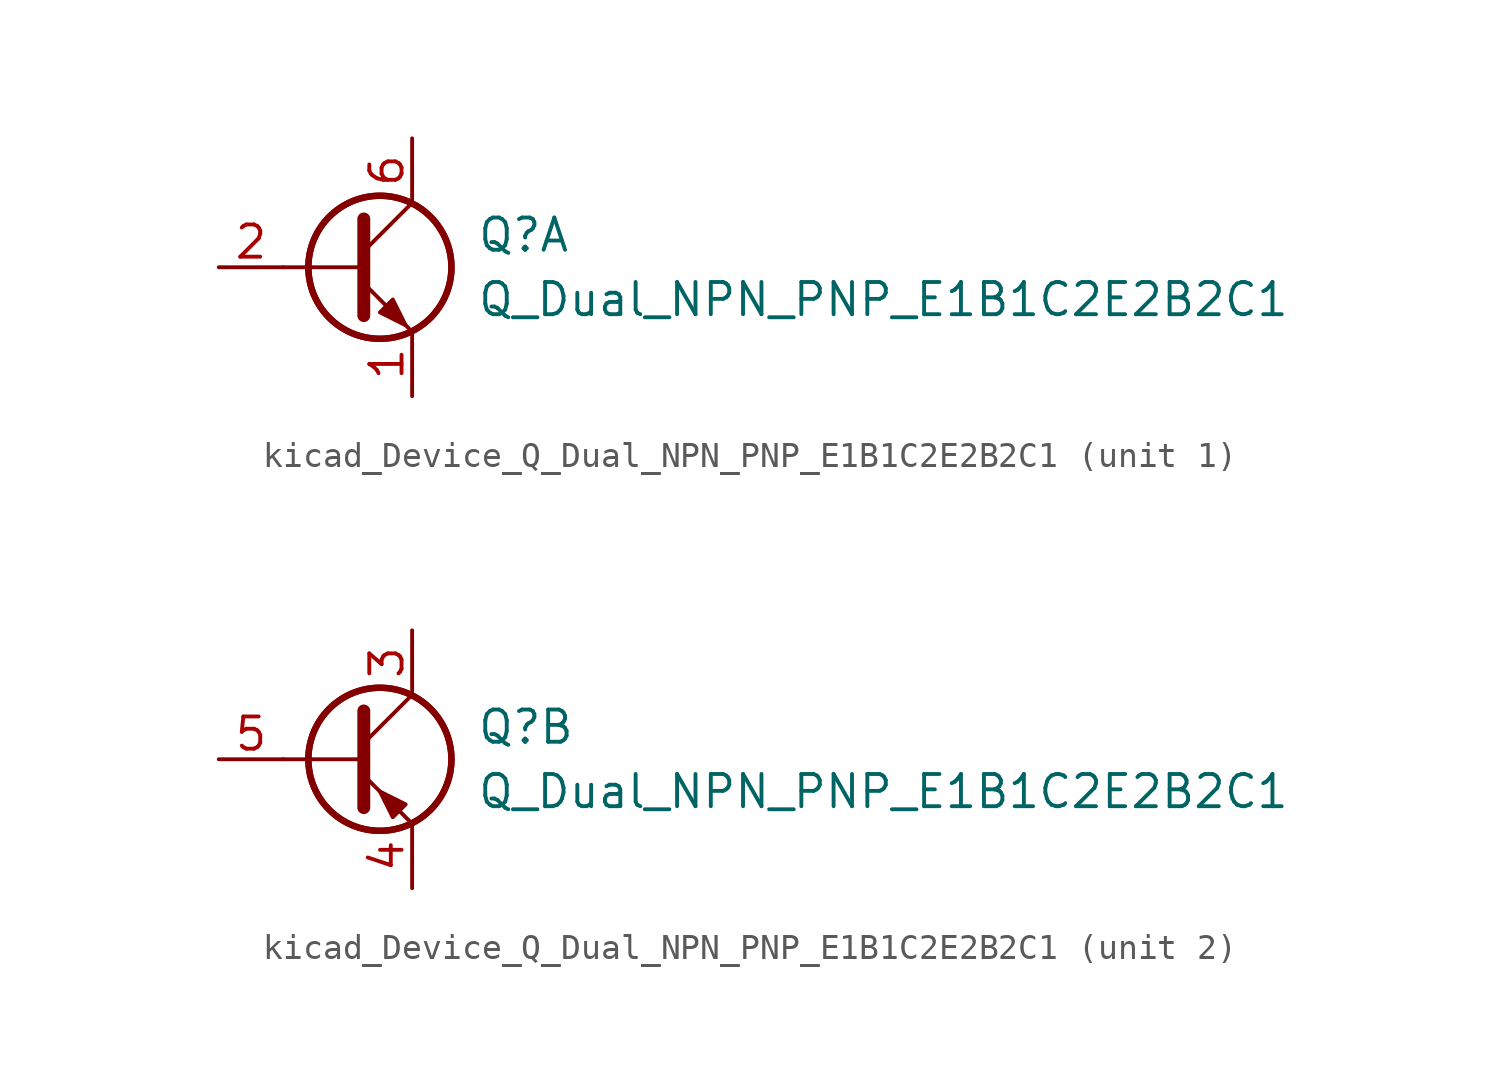
<source format=kicad_sym>
(kicad_symbol_lib
  (version 20220914)
  (generator kicad_symbol_editor)
  (symbol "kicad_Device_Q_Dual_NPN_PNP_E1B1C2E2B2C1"
    (pin_names
      (offset 0) hide)
    (property "Reference" "Q"
      (at 5.08 1.27 0)
      (effects (font (size 1.27 1.27)) (justify left)))
    (property "Value" "Q_Dual_NPN_PNP_E1B1C2E2B2C1"
      (at 5.08 -1.27 0)
      (effects (font (size 1.27 1.27)) (justify left)))
    (property "ki_locked" ""
      (at 0 0 0)
      (effects (font (size 1.27 1.27))))
    (symbol "kicad_Device_Q_Dual_NPN_PNP_E1B1C2E2B2C1_0_1"
      (polyline (pts (xy 0.635 0) (xy -2.54 0)) (stroke (width 0) (type default)) (fill (type none)))
      (circle (center 1.27 0) (radius 2.819) (stroke (width 0.254) (type default)) (fill (type none)))
      (circle (center 1.27 0) (radius 2.819) (stroke (width 0.254) (type default)) (fill (type none))))
    (symbol "kicad_Device_Q_Dual_NPN_PNP_E1B1C2E2B2C1_1_1"
      (polyline (pts (xy 0.635 0.635) (xy 2.54 2.54)) (stroke (width 0) (type default)) (fill (type none)))
      (polyline (pts (xy 0.635 -0.635) (xy 2.54 -2.54) (xy 2.54 -2.54)) (stroke (width 0) (type default)) (fill (type none)))
      (polyline (pts (xy 0.635 1.905) (xy 0.635 -1.905) (xy 0.635 -1.905)) (stroke (width 0.508) (type default)) (fill (type none)))
      (polyline (pts (xy 1.27 -1.778) (xy 1.778 -1.27) (xy 2.286 -2.286) (xy 1.27 -1.778) (xy 1.27 -1.778)) (stroke (width 0) (type default)) (fill (type outline)))
      (pin passive line (at 2.54 -5.08 90) (length 2.54) (name "E1" (effects (font (size 1.27 1.27)))) (number "1" (effects (font (size 1.27 1.27)))))
      (pin input line (at -5.08 0 0) (length 2.54) (name "B1" (effects (font (size 1.27 1.27)))) (number "2" (effects (font (size 1.27 1.27)))))
      (pin passive line (at 2.54 5.08 270) (length 2.54) (name "C1" (effects (font (size 1.27 1.27)))) (number "6" (effects (font (size 1.27 1.27))))))
    (symbol "kicad_Device_Q_Dual_NPN_PNP_E1B1C2E2B2C1_2_1"
      (polyline (pts (xy 0.635 0.635) (xy 2.54 2.54)) (stroke (width 0) (type default)) (fill (type none)))
      (polyline (pts (xy 0.635 -0.635) (xy 2.54 -2.54) (xy 2.54 -2.54)) (stroke (width 0) (type default)) (fill (type none)))
      (polyline (pts (xy 0.635 1.905) (xy 0.635 -1.905) (xy 0.635 -1.905)) (stroke (width 0.508) (type default)) (fill (type none)))
      (polyline (pts (xy 2.286 -1.778) (xy 1.778 -2.286) (xy 1.27 -1.27) (xy 2.286 -1.778) (xy 2.286 -1.778)) (stroke (width 0) (type default)) (fill (type outline)))
      (pin passive line (at 2.54 5.08 270) (length 2.54) (name "C2" (effects (font (size 1.27 1.27)))) (number "3" (effects (font (size 1.27 1.27)))))
      (pin passive line (at 2.54 -5.08 90) (length 2.54) (name "E2" (effects (font (size 1.27 1.27)))) (number "4" (effects (font (size 1.27 1.27)))))
      (pin input line (at -5.08 0 0) (length 2.54) (name "B2" (effects (font (size 1.27 1.27)))) (number "5" (effects (font (size 1.27 1.27))))))))
</source>
